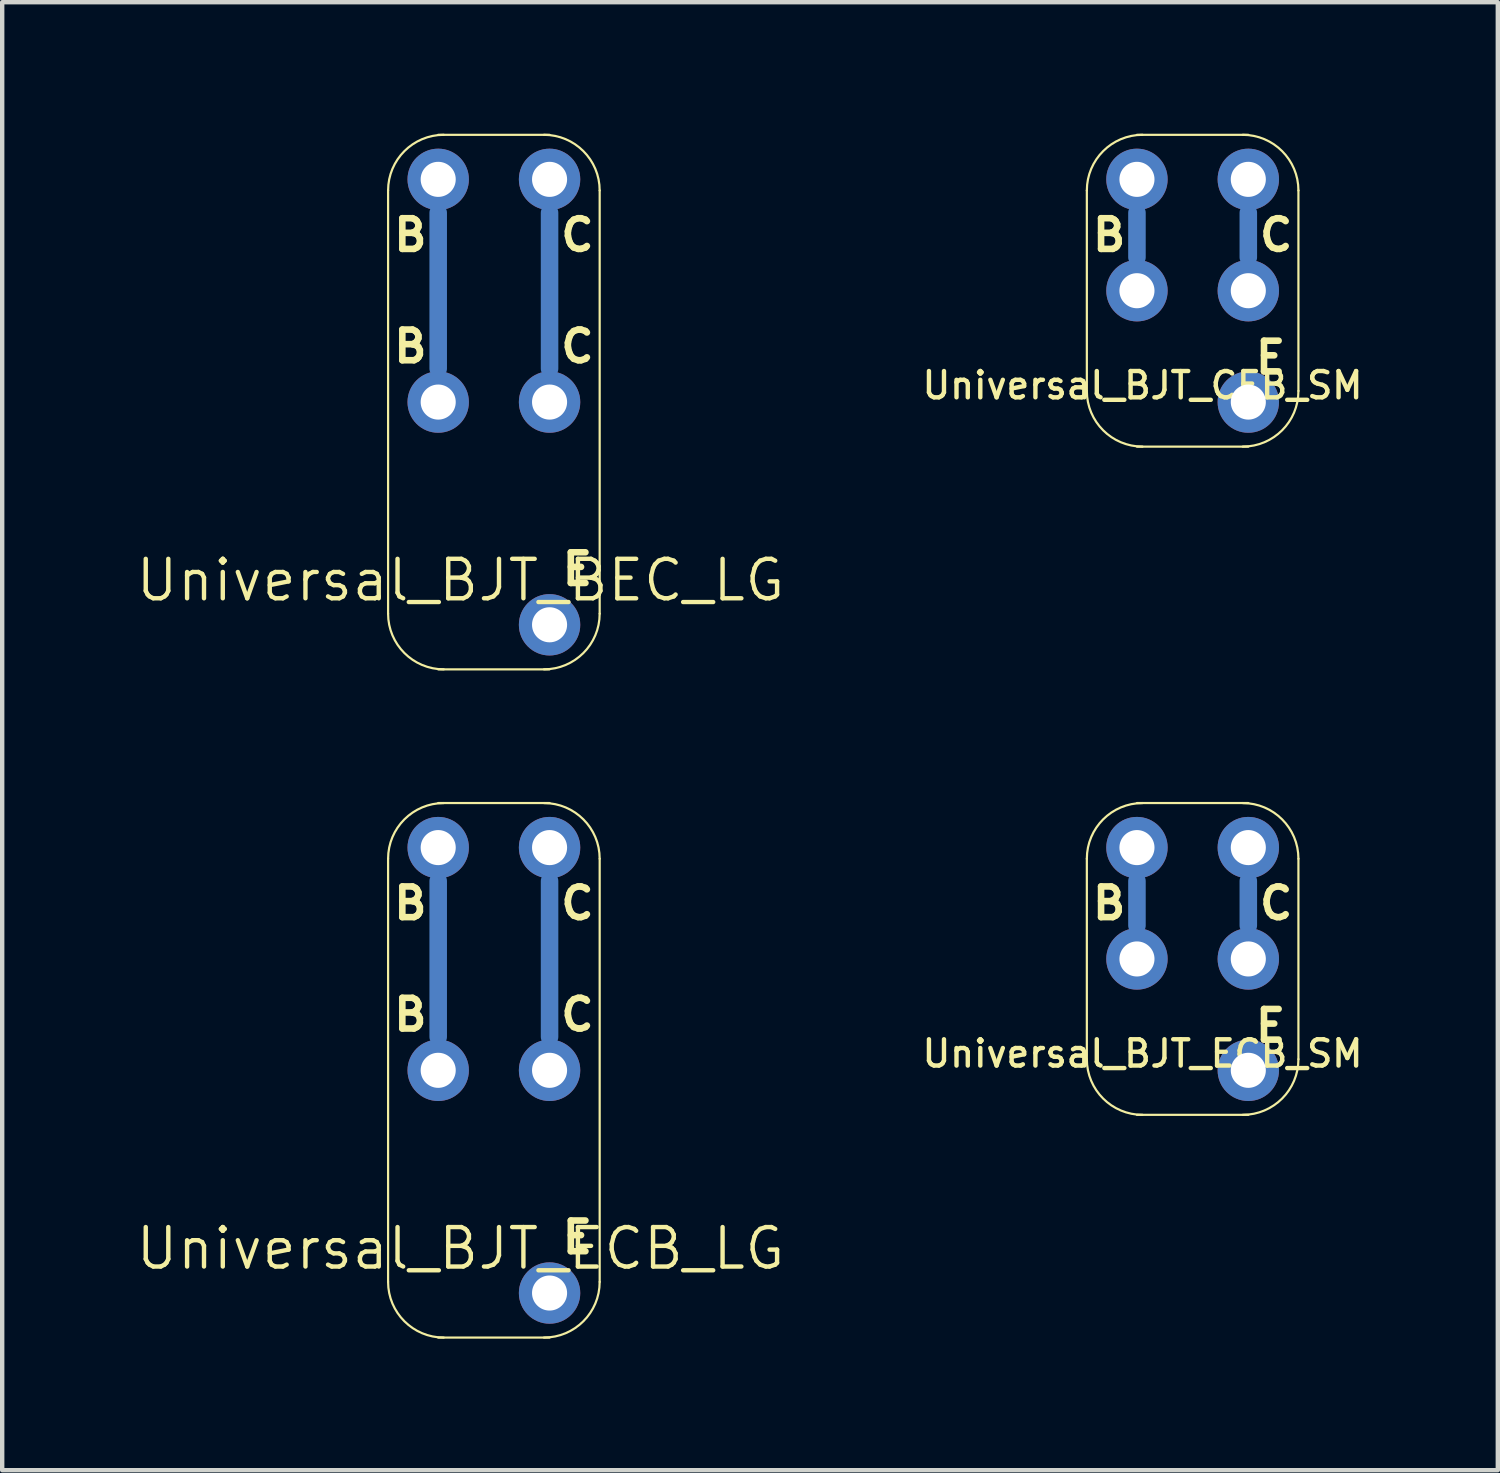
<source format=kicad_pcb>
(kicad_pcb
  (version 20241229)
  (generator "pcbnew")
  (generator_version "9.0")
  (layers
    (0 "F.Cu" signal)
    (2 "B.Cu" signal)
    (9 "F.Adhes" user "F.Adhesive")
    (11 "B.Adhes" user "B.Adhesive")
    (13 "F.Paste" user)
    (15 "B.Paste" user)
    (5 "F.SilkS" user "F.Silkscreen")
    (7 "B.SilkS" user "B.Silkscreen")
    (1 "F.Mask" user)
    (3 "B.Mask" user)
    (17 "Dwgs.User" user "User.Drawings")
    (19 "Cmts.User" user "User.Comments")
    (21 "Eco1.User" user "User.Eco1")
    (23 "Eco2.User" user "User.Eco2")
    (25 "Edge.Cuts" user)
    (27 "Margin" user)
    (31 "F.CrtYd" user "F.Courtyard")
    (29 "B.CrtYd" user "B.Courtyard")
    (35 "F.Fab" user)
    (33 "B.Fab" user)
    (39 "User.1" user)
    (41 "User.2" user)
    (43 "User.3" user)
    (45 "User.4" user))
  (footprint "Universal_BJT_ECB_SM"
    (layer "F.Cu")
    (at 22.883 18.823)
    (property "Reference" "Universal_BJT_ECB_SM" (at 0.127 2.159 0) (layer "F.SilkS") (effects (font (size 0.6 0.6) (thickness 0.1))))
    (attr through_hole)
    (fp_line (start 0 -0.762) (end 0 -1.778) (stroke (width 0.4) (type solid)) (layer "B.Cu"))
    (fp_line (start 2.54 -0.762) (end 2.54 -1.778) (stroke (width 0.4) (type solid)) (layer "B.Cu"))
    (fp_line (start -1.143 2.286) (end -1.143 -2.286) (stroke (width 0.05) (type solid)) (layer "F.SilkS"))
    (fp_line (start 0 -3.556) (end 2.54 -3.556) (stroke (width 0.05) (type solid)) (layer "F.SilkS"))
    (fp_line (start 0 3.556) (end 2.54 3.556) (stroke (width 0.05) (type solid)) (layer "F.SilkS"))
    (fp_line (start 3.683 2.286) (end 3.683 -2.286) (stroke (width 0.05) (type solid)) (layer "F.SilkS"))
    (fp_arc (start -1.143 -2.286) (mid -0.771026 -3.184026) (end 0.127 -3.556) (stroke (width 0.05) (type solid)) (layer "F.SilkS"))
    (fp_arc (start 0.127 3.556) (mid -0.771026 3.184026) (end -1.143 2.286) (stroke (width 0.05) (type solid)) (layer "F.SilkS"))
    (fp_arc (start 2.413 -3.556) (mid 3.311026 -3.184026) (end 3.683 -2.286) (stroke (width 0.05) (type solid)) (layer "F.SilkS"))
    (fp_arc (start 3.683 2.286) (mid 3.311026 3.184026) (end 2.413 3.556) (stroke (width 0.05) (type solid)) (layer "F.SilkS"))
    (fp_text user "C" (at 3.175 -1.27 180) (layer "F.SilkS") (effects (font (size 0.7 0.7) (thickness 0.15))))
    (fp_text user "B" (at -0.635 -1.27 180) (layer "F.SilkS") (effects (font (size 0.7 0.7) (thickness 0.15))))
    (fp_text user "E" (at 3.048 1.524 180) (layer "F.SilkS") (effects (font (size 0.7 0.7) (thickness 0.15))))
    (pad "1" thru_hole circle (at 2.54 2.54 180) (size 1.4 1.4) (drill 0.8) (layers "*.Cu"))
    (pad "2" thru_hole circle (at 2.54 -2.54 180) (size 1.4 1.4) (drill 0.8) (layers "*.Cu"))
    (pad "2" thru_hole circle (at 2.54 0 180) (size 1.4 1.4) (drill 0.8) (layers "*.Cu"))
    (pad "3" thru_hole circle (at 0 -2.54 180) (size 1.4 1.4) (drill 0.8) (layers "*.Cu"))
    (pad "3" thru_hole circle (at 0 0 180) (size 1.4 1.4) (drill 0.8) (layers "*.Cu")))
  (footprint "Universal_BJT_ECB_LG"
    (layer "F.Cu")
    (at 6.945 21.363)
    (property "Reference" "Universal_BJT_ECB_LG" (at 0.508 4.064 0) (layer "F.SilkS") (effects (font (size 0.9 0.9) (thickness 0.1))))
    (attr through_hole)
    (fp_line (start 0 -0.762) (end 0 -4.318) (stroke (width 0.4) (type solid)) (layer "B.Cu"))
    (fp_line (start 2.54 -0.762) (end 2.54 -4.318) (stroke (width 0.4) (type solid)) (layer "B.Cu"))
    (fp_line (start -1.143 4.826) (end -1.143 -4.826) (stroke (width 0.05) (type solid)) (layer "F.SilkS"))
    (fp_line (start 0 -6.096) (end 2.54 -6.096) (stroke (width 0.05) (type solid)) (layer "F.SilkS"))
    (fp_line (start 0 6.096) (end 2.54 6.096) (stroke (width 0.05) (type solid)) (layer "F.SilkS"))
    (fp_line (start 3.683 -4.826) (end 3.683 4.826) (stroke (width 0.05) (type solid)) (layer "F.SilkS"))
    (fp_arc (start -1.143 -4.826) (mid -0.771026 -5.724026) (end 0.127 -6.096) (stroke (width 0.05) (type solid)) (layer "F.SilkS"))
    (fp_arc (start 0.127 6.096) (mid -0.771026 5.724026) (end -1.143 4.826) (stroke (width 0.05) (type solid)) (layer "F.SilkS"))
    (fp_arc (start 2.413 -6.096) (mid 3.311026 -5.724026) (end 3.683 -4.826) (stroke (width 0.05) (type solid)) (layer "F.SilkS"))
    (fp_arc (start 3.683 4.826) (mid 3.311026 5.724026) (end 2.413 6.096) (stroke (width 0.05) (type solid)) (layer "F.SilkS"))
    (fp_text user "E" (at 3.175 3.81 180) (layer "F.SilkS") (effects (font (size 0.7 0.7) (thickness 0.15))))
    (fp_text user "B" (at -0.635 -1.27 180) (layer "F.SilkS") (effects (font (size 0.7 0.7) (thickness 0.15))))
    (fp_text user "C" (at 3.175 -3.81 180) (layer "F.SilkS") (effects (font (size 0.7 0.7) (thickness 0.15))))
    (fp_text user "C" (at 3.175 -1.27 180) (layer "F.SilkS") (effects (font (size 0.7 0.7) (thickness 0.15))))
    (fp_text user "B" (at -0.635 -3.81 180) (layer "F.SilkS") (effects (font (size 0.7 0.7) (thickness 0.15))))
    (pad "1" thru_hole circle (at 2.54 5.08 180) (size 1.4 1.4) (drill 0.8) (layers "*.Cu"))
    (pad "2" thru_hole circle (at 2.54 -5.08 180) (size 1.4 1.4) (drill 0.8) (layers "*.Cu"))
    (pad "2" thru_hole circle (at 2.54 0 180) (size 1.4 1.4) (drill 0.8) (layers "*.Cu"))
    (pad "3" thru_hole circle (at 0 -5.08 180) (size 1.4 1.4) (drill 0.8) (layers "*.Cu"))
    (pad "3" thru_hole circle (at 0 0 180) (size 1.4 1.4) (drill 0.8) (layers "*.Cu")))
  (footprint "Universal_BJT_CEB_SM"
    (layer "F.Cu")
    (at 22.883 3.581)
    (property "Reference" "Universal_BJT_CEB_SM" (at 0.127 2.159 0) (layer "F.SilkS") (effects (font (size 0.6 0.6) (thickness 0.1))))
    (attr through_hole)
    (fp_line (start 0 -0.762) (end 0 -1.778) (stroke (width 0.4) (type solid)) (layer "B.Cu"))
    (fp_line (start 2.54 -0.762) (end 2.54 -1.778) (stroke (width 0.4) (type solid)) (layer "B.Cu"))
    (fp_line (start -1.143 2.286) (end -1.143 -2.286) (stroke (width 0.05) (type solid)) (layer "F.SilkS"))
    (fp_line (start 0 -3.556) (end 2.54 -3.556) (stroke (width 0.05) (type solid)) (layer "F.SilkS"))
    (fp_line (start 0 3.556) (end 2.54 3.556) (stroke (width 0.05) (type solid)) (layer "F.SilkS"))
    (fp_line (start 3.683 2.286) (end 3.683 -2.286) (stroke (width 0.05) (type solid)) (layer "F.SilkS"))
    (fp_arc (start -1.143 -2.286) (mid -0.771026 -3.184026) (end 0.127 -3.556) (stroke (width 0.05) (type solid)) (layer "F.SilkS"))
    (fp_arc (start 0.127 3.556) (mid -0.771026 3.184026) (end -1.143 2.286) (stroke (width 0.05) (type solid)) (layer "F.SilkS"))
    (fp_arc (start 2.413 -3.556) (mid 3.311026 -3.184026) (end 3.683 -2.286) (stroke (width 0.05) (type solid)) (layer "F.SilkS"))
    (fp_arc (start 3.683 2.286) (mid 3.311026 3.184026) (end 2.413 3.556) (stroke (width 0.05) (type solid)) (layer "F.SilkS"))
    (fp_text user "E" (at 3.048 1.524 180) (layer "F.SilkS") (effects (font (size 0.7 0.7) (thickness 0.15))))
    (fp_text user "B" (at -0.635 -1.27 180) (layer "F.SilkS") (effects (font (size 0.7 0.7) (thickness 0.15))))
    (fp_text user "C" (at 3.175 -1.27 180) (layer "F.SilkS") (effects (font (size 0.7 0.7) (thickness 0.15))))
    (pad "1" thru_hole circle (at 2.54 -2.54 180) (size 1.4 1.4) (drill 0.8) (layers "*.Cu"))
    (pad "1" thru_hole circle (at 2.54 0 180) (size 1.4 1.4) (drill 0.8) (layers "*.Cu"))
    (pad "2" thru_hole circle (at 2.54 2.54 180) (size 1.4 1.4) (drill 0.8) (layers "*.Cu"))
    (pad "3" thru_hole circle (at 0 -2.54 180) (size 1.4 1.4) (drill 0.8) (layers "*.Cu"))
    (pad "3" thru_hole circle (at 0 0 180) (size 1.4 1.4) (drill 0.8) (layers "*.Cu")))
  (footprint "Universal_BJT_BEC_LG"
    (layer "F.Cu")
    (at 6.945 6.121)
    (property "Reference" "Universal_BJT_BEC_LG" (at 0.508 4.064 0) (layer "F.SilkS") (effects (font (size 0.9 0.9) (thickness 0.1))))
    (attr through_hole)
    (fp_line (start 0 -0.762) (end 0 -4.318) (stroke (width 0.4) (type solid)) (layer "B.Cu"))
    (fp_line (start 2.54 -0.762) (end 2.54 -4.318) (stroke (width 0.4) (type solid)) (layer "B.Cu"))
    (fp_line (start -1.143 4.826) (end -1.143 -4.826) (stroke (width 0.05) (type solid)) (layer "F.SilkS"))
    (fp_line (start 0 -6.096) (end 2.54 -6.096) (stroke (width 0.05) (type solid)) (layer "F.SilkS"))
    (fp_line (start 0 6.096) (end 2.54 6.096) (stroke (width 0.05) (type solid)) (layer "F.SilkS"))
    (fp_line (start 3.683 -4.826) (end 3.683 4.826) (stroke (width 0.05) (type solid)) (layer "F.SilkS"))
    (fp_arc (start -1.143 -4.826) (mid -0.771026 -5.724026) (end 0.127 -6.096) (stroke (width 0.05) (type solid)) (layer "F.SilkS"))
    (fp_arc (start 0.127 6.096) (mid -0.771026 5.724026) (end -1.143 4.826) (stroke (width 0.05) (type solid)) (layer "F.SilkS"))
    (fp_arc (start 2.413 -6.096) (mid 3.311026 -5.724026) (end 3.683 -4.826) (stroke (width 0.05) (type solid)) (layer "F.SilkS"))
    (fp_arc (start 3.683 4.826) (mid 3.311026 5.724026) (end 2.413 6.096) (stroke (width 0.05) (type solid)) (layer "F.SilkS"))
    (fp_text user "B" (at -0.635 -3.81 180) (layer "F.SilkS") (effects (font (size 0.7 0.7) (thickness 0.15))))
    (fp_text user "C" (at 3.175 -3.81 180) (layer "F.SilkS") (effects (font (size 0.7 0.7) (thickness 0.15))))
    (fp_text user "E" (at 3.175 3.81 180) (layer "F.SilkS") (effects (font (size 0.7 0.7) (thickness 0.15))))
    (fp_text user "B" (at -0.635 -1.27 180) (layer "F.SilkS") (effects (font (size 0.7 0.7) (thickness 0.15))))
    (fp_text user "C" (at 3.175 -1.27 180) (layer "F.SilkS") (effects (font (size 0.7 0.7) (thickness 0.15))))
    (pad "1" thru_hole circle (at 0 -5.08 180) (size 1.4 1.4) (drill 0.8) (layers "*.Cu"))
    (pad "1" thru_hole circle (at 0 0 180) (size 1.4 1.4) (drill 0.8) (layers "*.Cu"))
    (pad "2" thru_hole circle (at 2.54 5.08 180) (size 1.4 1.4) (drill 0.8) (layers "*.Cu"))
    (pad "3" thru_hole circle (at 2.54 -5.08 180) (size 1.4 1.4) (drill 0.8) (layers "*.Cu"))
    (pad "3" thru_hole circle (at 2.54 0 180) (size 1.4 1.4) (drill 0.8) (layers "*.Cu")))
  (gr_rect
    (start -3 -3)
    (end 31.114 30.484)
    (stroke (width 0.1) (type default))
    (fill no)
    (layer "Edge.Cuts")))
</source>
